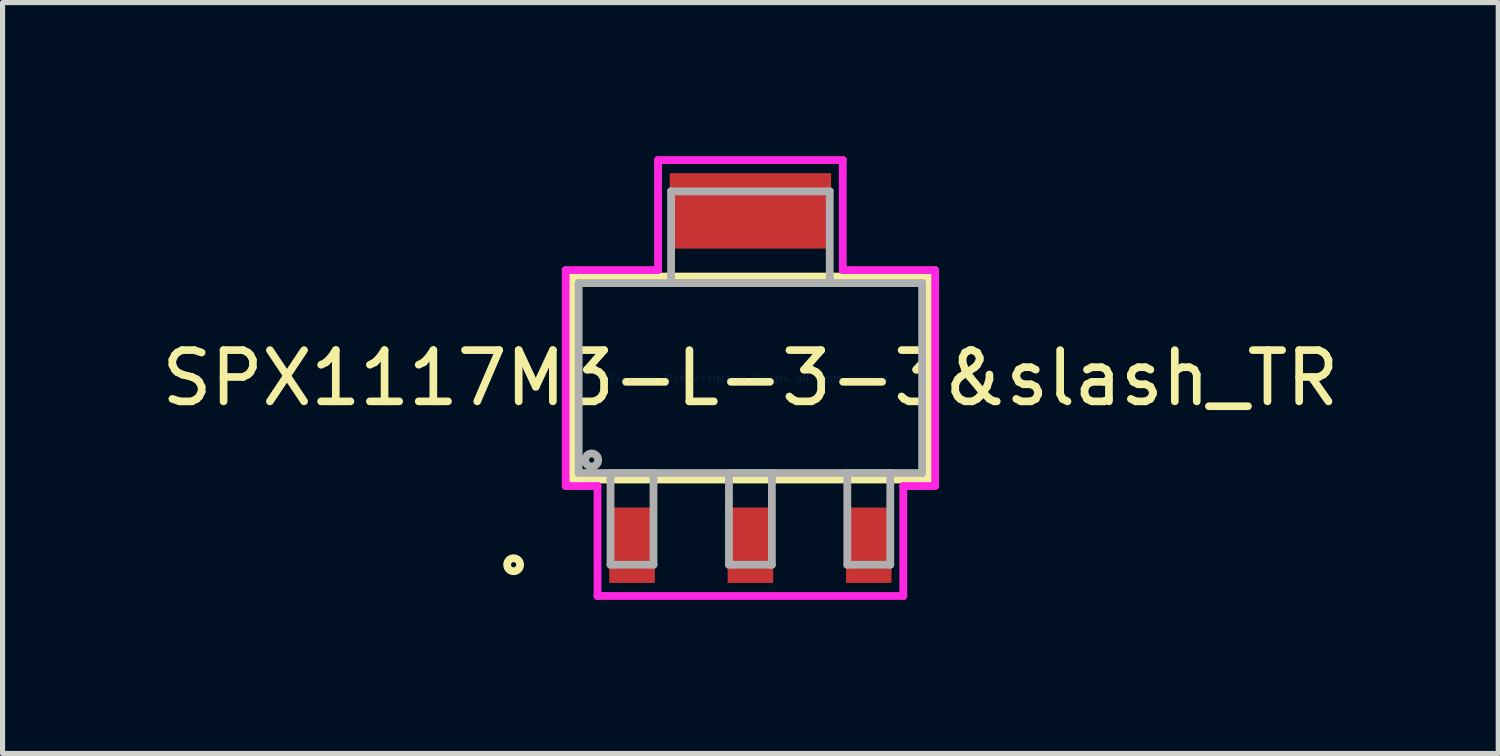
<source format=kicad_pcb>
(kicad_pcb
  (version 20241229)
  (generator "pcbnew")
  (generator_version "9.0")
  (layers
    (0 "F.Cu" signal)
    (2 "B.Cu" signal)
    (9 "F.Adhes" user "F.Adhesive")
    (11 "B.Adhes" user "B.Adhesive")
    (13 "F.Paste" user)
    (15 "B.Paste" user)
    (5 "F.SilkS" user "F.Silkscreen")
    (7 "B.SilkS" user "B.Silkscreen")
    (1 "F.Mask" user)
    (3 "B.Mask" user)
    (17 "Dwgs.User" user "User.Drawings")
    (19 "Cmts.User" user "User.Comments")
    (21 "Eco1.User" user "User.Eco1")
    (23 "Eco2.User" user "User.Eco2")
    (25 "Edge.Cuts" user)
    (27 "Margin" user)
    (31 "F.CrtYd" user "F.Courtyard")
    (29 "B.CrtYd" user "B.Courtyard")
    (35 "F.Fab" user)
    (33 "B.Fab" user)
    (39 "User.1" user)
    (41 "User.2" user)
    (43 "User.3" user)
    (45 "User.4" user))
  (footprint "SPX1117M3-L-3-3&slash_TR"
    (layer "F.Cu")
    (at 11.601 4.331)
    (property "Reference" "SPX1117M3-L-3-3&slash_TR" (at 0 0 0) (layer "F.SilkS") (effects (font (size 1 1) (thickness 0.15))))
    (attr through_hole)
    (fp_line (start -3.48 -1.981) (end -3.48 1.981) (stroke (width 0.152) (type solid)) (layer "F.SilkS"))
    (fp_line (start -3.48 1.981) (end 3.48 1.981) (stroke (width 0.152) (type solid)) (layer "F.SilkS"))
    (fp_line (start 3.48 -1.981) (end -3.48 -1.981) (stroke (width 0.152) (type solid)) (layer "F.SilkS"))
    (fp_line (start 3.48 1.981) (end 3.48 -1.981) (stroke (width 0.152) (type solid)) (layer "F.SilkS"))
    (fp_circle (center -4.623 3.645) (end -4.496 3.645) (stroke (width 0.152) (type solid)) (fill no) (layer "F.SilkS"))
    (fp_line (start -3.607 -2.108) (end -1.803 -2.108) (stroke (width 0.152) (type solid)) (layer "F.CrtYd"))
    (fp_line (start -3.607 2.108) (end -3.607 -2.108) (stroke (width 0.152) (type solid)) (layer "F.CrtYd"))
    (fp_line (start -2.985 2.108) (end -3.607 2.108) (stroke (width 0.152) (type solid)) (layer "F.CrtYd"))
    (fp_line (start -2.985 4.255) (end -2.985 2.108) (stroke (width 0.152) (type solid)) (layer "F.CrtYd"))
    (fp_line (start -1.803 -4.255) (end 1.803 -4.255) (stroke (width 0.152) (type solid)) (layer "F.CrtYd"))
    (fp_line (start -1.803 -2.108) (end -1.803 -4.255) (stroke (width 0.152) (type solid)) (layer "F.CrtYd"))
    (fp_line (start 1.803 -4.255) (end 1.803 -2.108) (stroke (width 0.152) (type solid)) (layer "F.CrtYd"))
    (fp_line (start 1.803 -2.108) (end 3.607 -2.108) (stroke (width 0.152) (type solid)) (layer "F.CrtYd"))
    (fp_line (start 2.985 2.108) (end 2.985 4.255) (stroke (width 0.152) (type solid)) (layer "F.CrtYd"))
    (fp_line (start 2.985 4.255) (end -2.985 4.255) (stroke (width 0.152) (type solid)) (layer "F.CrtYd"))
    (fp_line (start 3.607 -2.108) (end 3.607 2.108) (stroke (width 0.152) (type solid)) (layer "F.CrtYd"))
    (fp_line (start 3.607 2.108) (end 2.985 2.108) (stroke (width 0.152) (type solid)) (layer "F.CrtYd"))
    (fp_line (start -3.353 -1.854) (end -3.353 1.854) (stroke (width 0.152) (type solid)) (layer "F.Fab"))
    (fp_line (start -3.353 1.854) (end 3.353 1.854) (stroke (width 0.152) (type solid)) (layer "F.Fab"))
    (fp_line (start -2.731 1.854) (end -2.731 3.645) (stroke (width 0.152) (type solid)) (layer "F.Fab"))
    (fp_line (start -2.731 3.645) (end -1.892 3.645) (stroke (width 0.152) (type solid)) (layer "F.Fab"))
    (fp_line (start -1.892 1.854) (end -2.731 1.854) (stroke (width 0.152) (type solid)) (layer "F.Fab"))
    (fp_line (start -1.892 3.645) (end -1.892 1.854) (stroke (width 0.152) (type solid)) (layer "F.Fab"))
    (fp_line (start -1.549 -3.645) (end -1.549 -1.854) (stroke (width 0.152) (type solid)) (layer "F.Fab"))
    (fp_line (start -1.549 -1.854) (end 1.549 -1.854) (stroke (width 0.152) (type solid)) (layer "F.Fab"))
    (fp_line (start -0.419 1.854) (end -0.419 3.645) (stroke (width 0.152) (type solid)) (layer "F.Fab"))
    (fp_line (start -0.419 3.645) (end 0.419 3.645) (stroke (width 0.152) (type solid)) (layer "F.Fab"))
    (fp_line (start 0.419 1.854) (end -0.419 1.854) (stroke (width 0.152) (type solid)) (layer "F.Fab"))
    (fp_line (start 0.419 3.645) (end 0.419 1.854) (stroke (width 0.152) (type solid)) (layer "F.Fab"))
    (fp_line (start 1.549 -3.645) (end -1.549 -3.645) (stroke (width 0.152) (type solid)) (layer "F.Fab"))
    (fp_line (start 1.549 -1.854) (end 1.549 -3.645) (stroke (width 0.152) (type solid)) (layer "F.Fab"))
    (fp_line (start 1.892 1.854) (end 1.892 3.645) (stroke (width 0.152) (type solid)) (layer "F.Fab"))
    (fp_line (start 1.892 3.645) (end 2.731 3.645) (stroke (width 0.152) (type solid)) (layer "F.Fab"))
    (fp_line (start 2.731 1.854) (end 1.892 1.854) (stroke (width 0.152) (type solid)) (layer "F.Fab"))
    (fp_line (start 2.731 3.645) (end 2.731 1.854) (stroke (width 0.152) (type solid)) (layer "F.Fab"))
    (fp_line (start 3.353 -1.854) (end -3.353 -1.854) (stroke (width 0.152) (type solid)) (layer "F.Fab"))
    (fp_line (start 3.353 1.854) (end 3.353 -1.854) (stroke (width 0.152) (type solid)) (layer "F.Fab"))
    (fp_circle (center -3.099 1.6) (end -2.972 1.6) (stroke (width 0.152) (type solid)) (fill no) (layer "F.Fab"))
    (fp_text user "Copyright 2016 Accelerated Designs. All rights reserved." (at 0 0 0) (layer "Cmts.User") (effects (font (size 0.127 0.127) (thickness 0.002))))
    (pad "1" smd rect (at -2.311 3.264) (size 0.889 1.473) (layers "F.Cu" "F.Mask" "F.Paste"))
    (pad "2" smd rect (at 0 3.264) (size 0.889 1.473) (layers "F.Cu" "F.Mask" "F.Paste"))
    (pad "3" smd rect (at 2.311 3.264) (size 0.889 1.473) (layers "F.Cu" "F.Mask" "F.Paste"))
    (pad "4" smd rect (at 0 -3.264) (size 3.15 1.473) (layers "F.Cu" "F.Mask" "F.Paste")))
  (gr_rect
    (start -3 -3)
    (end 26.202 11.661)
    (stroke (width 0.1) (type default))
    (fill no)
    (layer "Edge.Cuts")))
</source>
